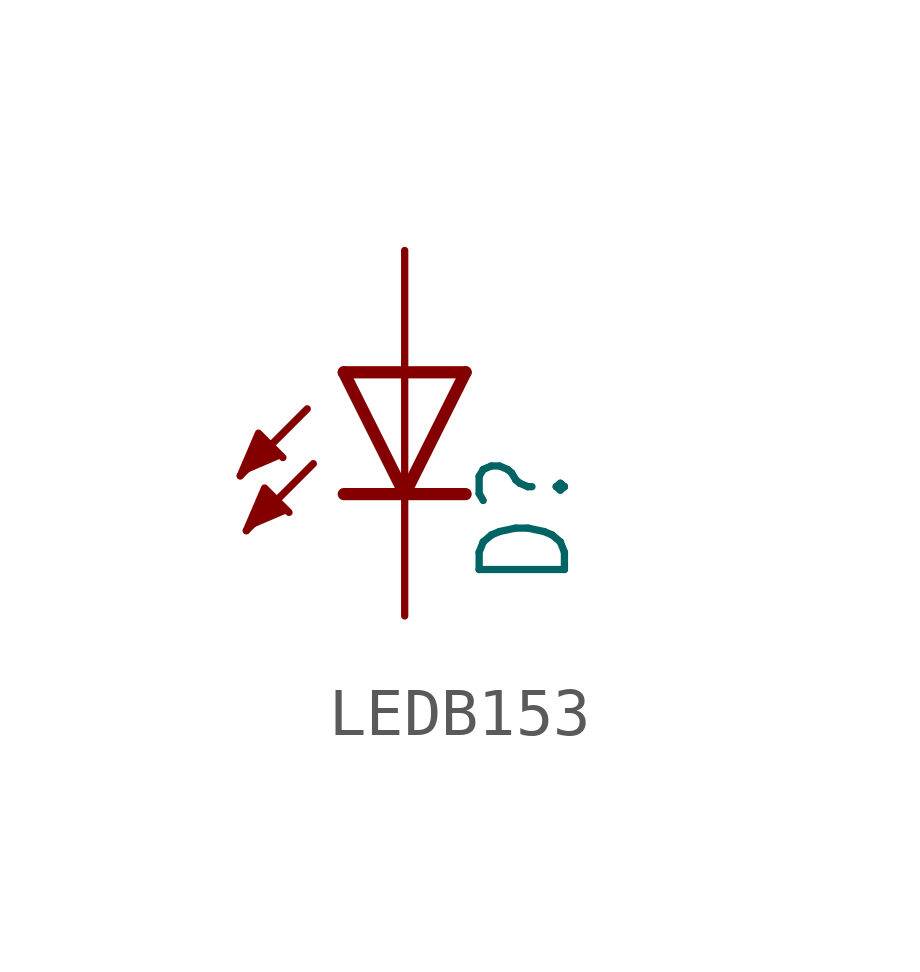
<source format=kicad_sym>
(kicad_symbol_lib
  (version 20220914)
  (generator kicad_symbol_editor)
  (symbol "LEDB153"
    (property "Reference" "D"
      (at 3.556 -4.572 90)
      (effects (font (size 1.778 1.511)) (justify left bottom)))
    (property "Value" ""
      (at 5.715 -4.572 90)
      (effects (font (size 1.778 1.511)) (justify left bottom)))
    (property "ki_locked" ""
      (at 0 0 0)
      (effects (font (size 1.27 1.27))))
    (symbol "LEDB153_1_0"
      (polyline (pts (xy -2.032 -0.762) (xy -3.429 -2.159)) (stroke (width 0.152) (type solid)) (fill (type none)))
      (polyline (pts (xy -1.905 -1.905) (xy -3.302 -3.302)) (stroke (width 0.152) (type solid)) (fill (type none)))
      (polyline (pts (xy 0 -2.54) (xy -1.27 -2.54)) (stroke (width 0.254) (type solid)) (fill (type none)))
      (polyline (pts (xy 0 -2.54) (xy -1.27 0)) (stroke (width 0.254) (type solid)) (fill (type none)))
      (polyline (pts (xy 0 0) (xy -1.27 0)) (stroke (width 0.254) (type solid)) (fill (type none)))
      (polyline (pts (xy 0 0) (xy 0 -2.54)) (stroke (width 0.152) (type solid)) (fill (type none)))
      (polyline (pts (xy 1.27 -2.54) (xy 0 -2.54)) (stroke (width 0.254) (type solid)) (fill (type none)))
      (polyline (pts (xy 1.27 0) (xy 0 -2.54)) (stroke (width 0.254) (type solid)) (fill (type none)))
      (polyline (pts (xy 1.27 0) (xy 0 0)) (stroke (width 0.254) (type solid)) (fill (type none)))
      (polyline (pts (xy -3.429 -2.159) (xy -3.048 -1.27) (xy -2.54 -1.778)) (stroke (width 0.152) (type solid)) (fill (type outline)))
      (polyline (pts (xy -3.302 -3.302) (xy -2.921 -2.413) (xy -2.413 -2.921)) (stroke (width 0.152) (type solid)) (fill (type outline)))
      (pin passive line (at 0 2.54 270) (length 2.54) (name "A" (effects (font (size 0 0)))) (number "A" (effects (font (size 0 0)))))
      (pin passive line (at 0 -5.08 90) (length 2.54) (name "C" (effects (font (size 0 0)))) (number "K" (effects (font (size 0 0))))))))
</source>
